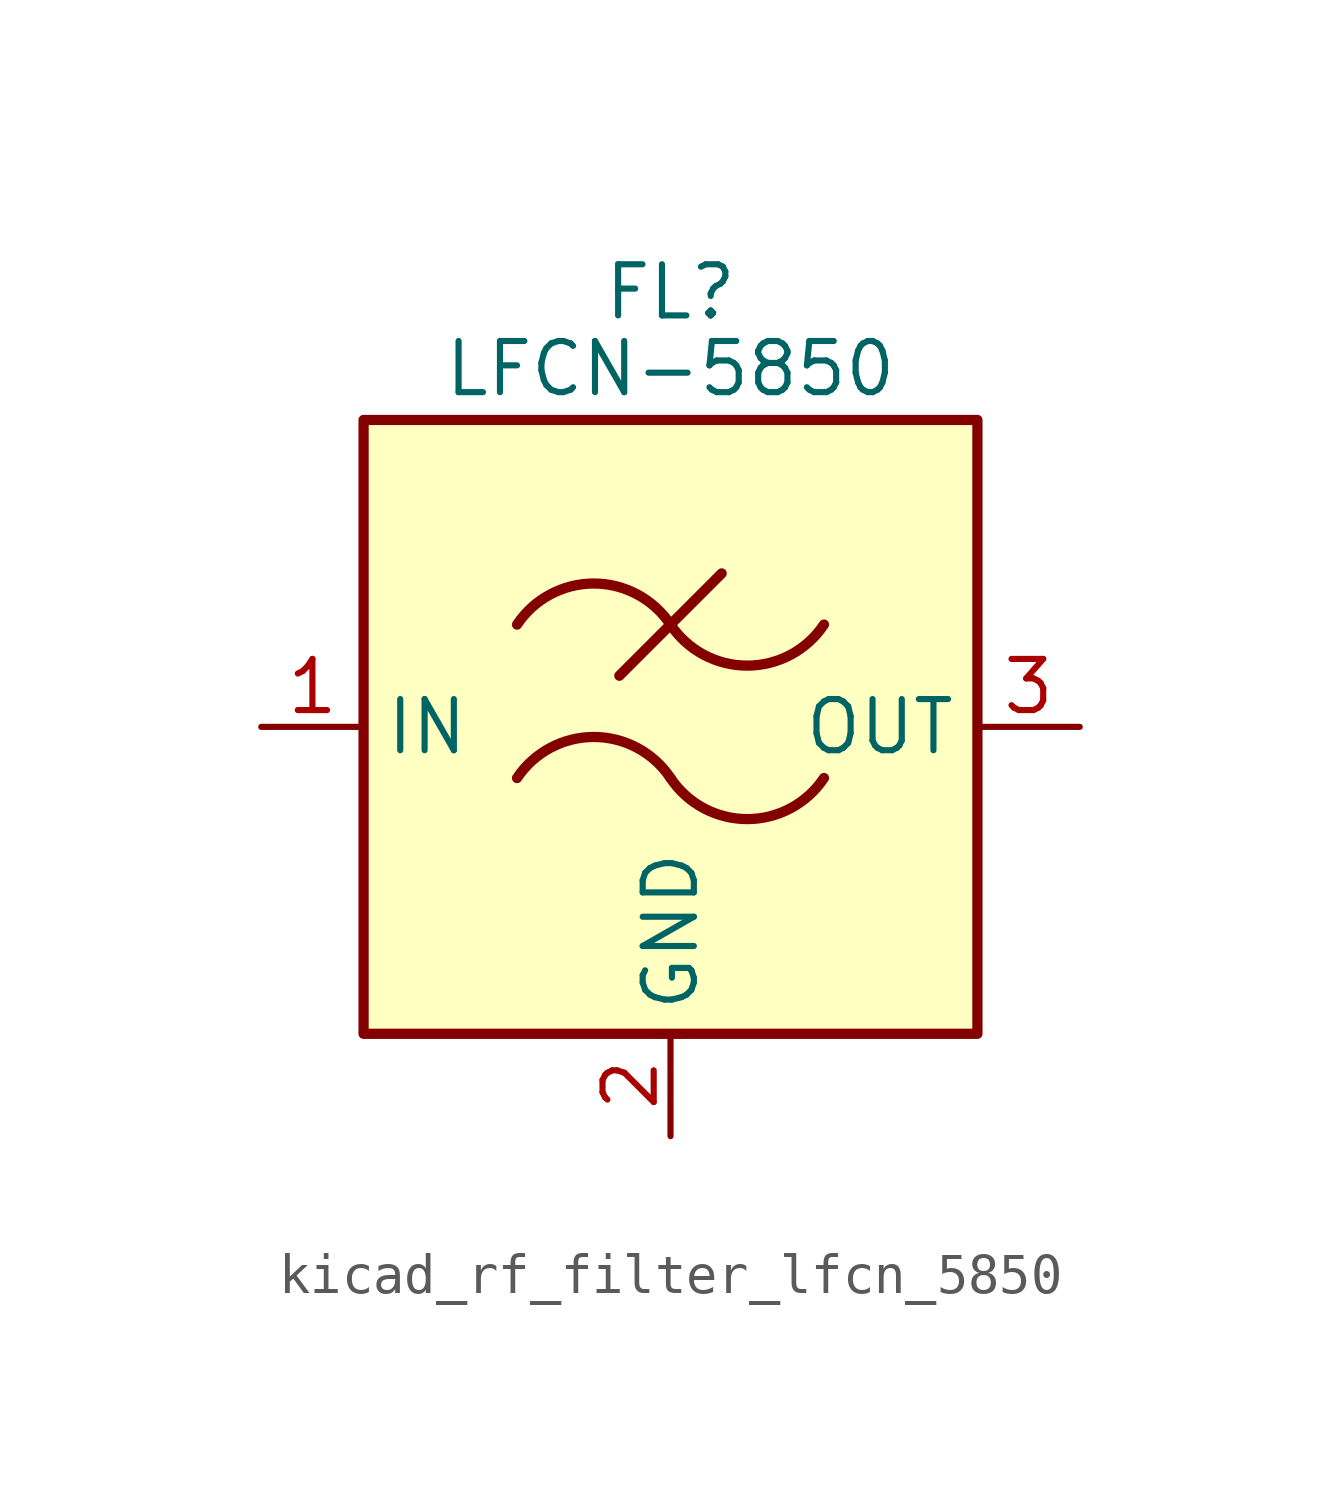
<source format=kicad_sym>
(kicad_symbol_lib
  (version 20220914)
  (generator kicad_symbol_editor)
  (symbol "kicad_rf_filter_lfcn_5850"
    (property "Reference" "FL"
      (at 0 10.795 0)
      (effects (font (size 1.27 1.27))))
    (property "Value" "LFCN-5850"
      (at 0 8.89 0)
      (effects (font (size 1.27 1.27))))
    (symbol "kicad_rf_filter_lfcn_5850_0_1"
      (rectangle (start -7.62 7.62) (end 7.62 -7.62) (stroke (width 0.254) (type default)) (fill (type background)))
      (arc (start 0 -1.27) (mid -1.905 -0.2505) (end -3.81 -1.27) (stroke (width 0.254) (type default)) (fill (type none)))
      (arc (start 0 -1.27) (mid 1.905 -2.2895) (end 3.81 -1.27) (stroke (width 0.254) (type default)) (fill (type none)))
      (polyline (pts (xy -1.27 1.27) (xy 1.27 3.81)) (stroke (width 0.254) (type default)) (fill (type none)))
      (arc (start 0 2.54) (mid -1.905 3.5595) (end -3.81 2.54) (stroke (width 0.254) (type default)) (fill (type none)))
      (arc (start 0 2.54) (mid 1.905 1.5205) (end 3.81 2.54) (stroke (width 0.254) (type default)) (fill (type none))))
    (symbol "kicad_rf_filter_lfcn_5850_1_1"
      (pin passive line (at -10.16 0 0) (length 2.54) (name "IN" (effects (font (size 1.27 1.27)))) (number "1" (effects (font (size 1.27 1.27)))))
      (pin passive line (at 0 -10.16 90) (length 2.54) (name "GND" (effects (font (size 1.27 1.27)))) (number "2" (effects (font (size 1.27 1.27)))))
      (pin passive line (at 10.16 0 180) (length 2.54) (name "OUT" (effects (font (size 1.27 1.27)))) (number "3" (effects (font (size 1.27 1.27)))))
      (pin passive line (at 0 -10.16 90) (length 2.54) hide (name "GND" (effects (font (size 1.27 1.27)))) (number "4" (effects (font (size 1.27 1.27))))))))
</source>
